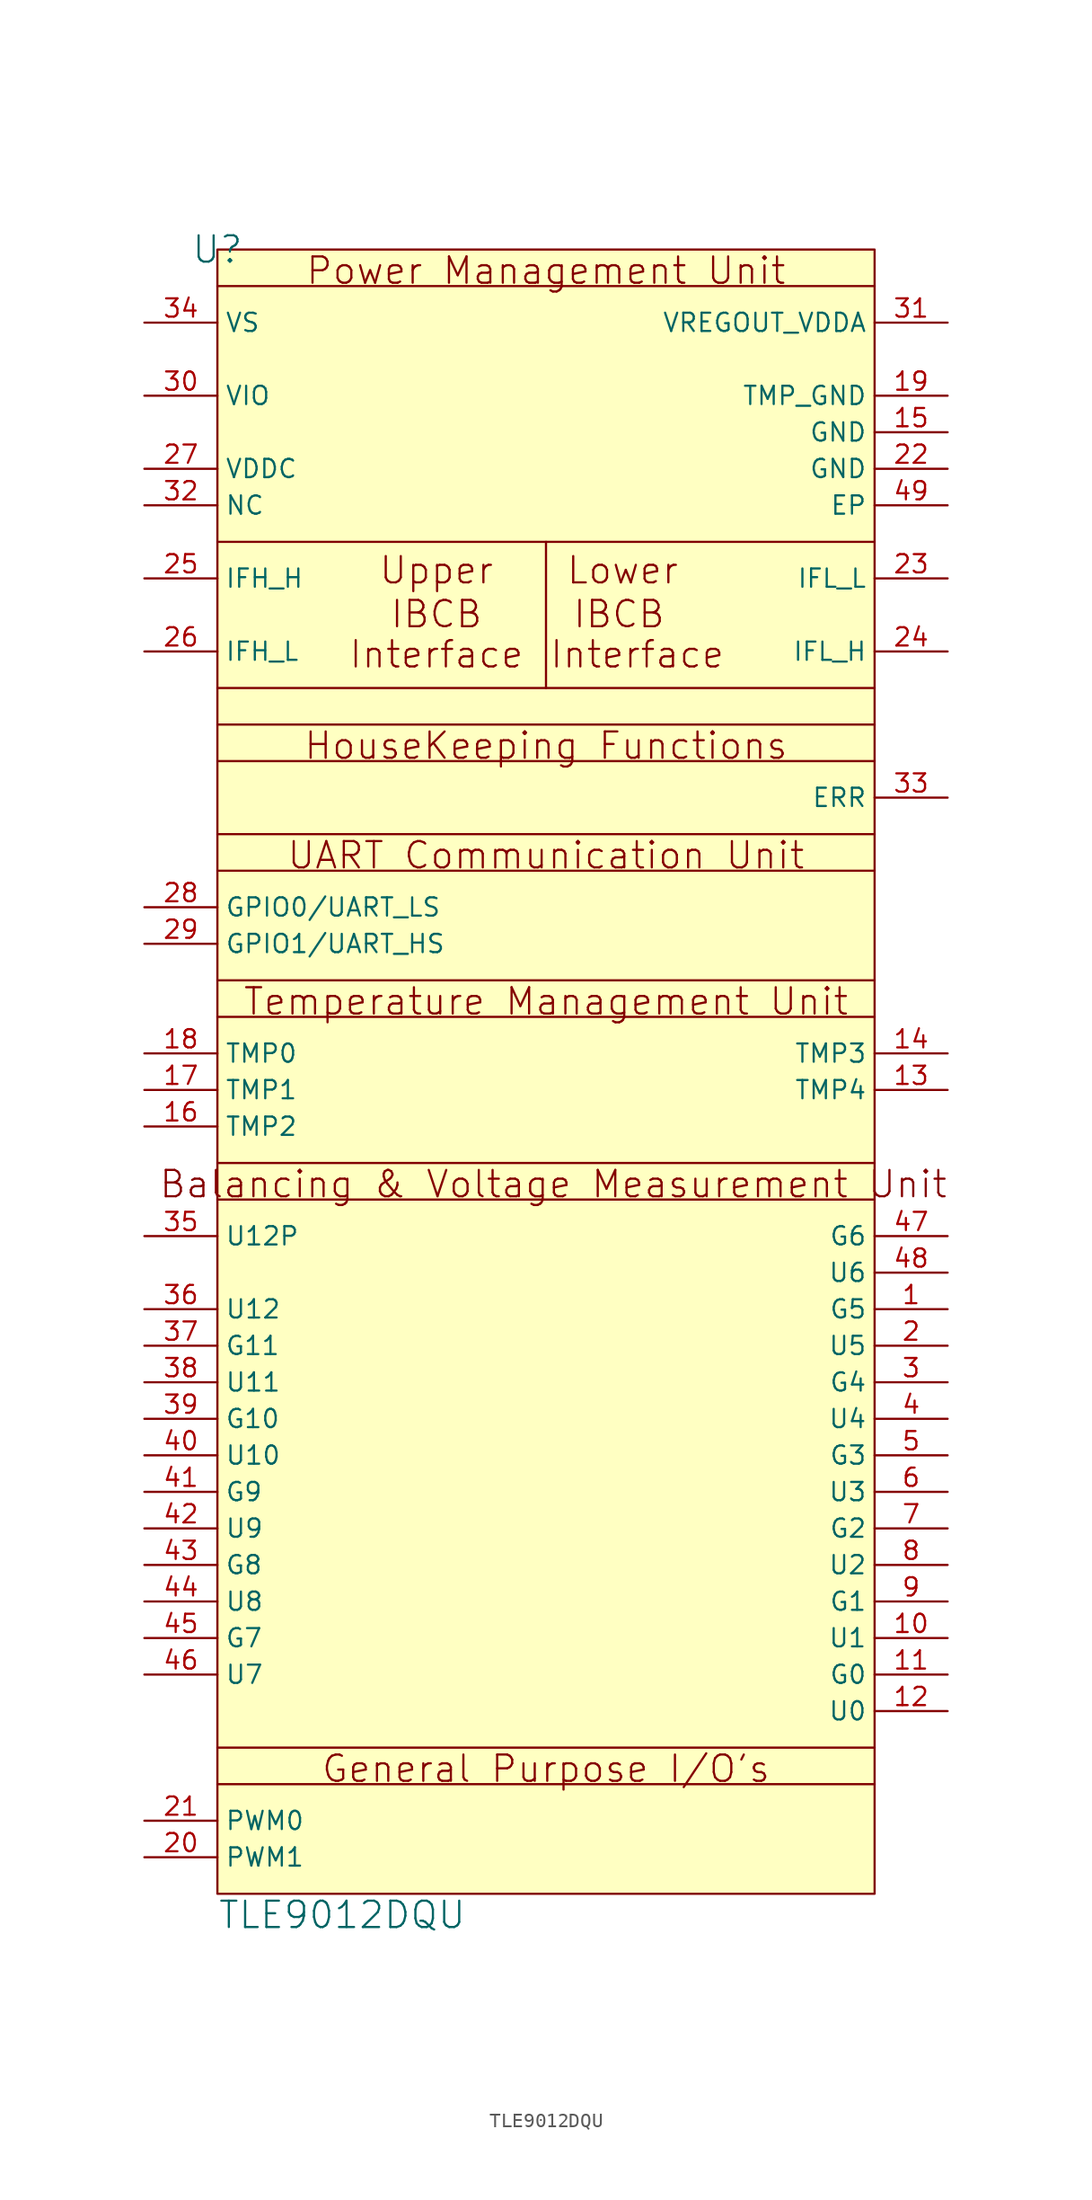
<source format=kicad_sym>
(kicad_symbol_lib
  (version 20241209)
  (generator "kicad_symbol_editor")
  (generator_version "9.0")
  (symbol "TLE9012DQU"
    (property "Reference" "U"
      (at 0 0 0)
      (effects (font (size 1.829 1.829))))
    (property "Value" "TLE9012DQU"
      (at 0 -116.84 0)
      (effects (font (size 1.829 1.829)) (justify left bottom)))
    (symbol "TLE9012DQU_1_0"
      (polyline (pts (xy 22.86 -20.32) (xy 22.86 -30.48)) (stroke (width 0) (type solid) (color 128 0 0 1)) (fill (type none)))
      (rectangle (start 45.72 0) (end 0 -114.3) (stroke (width 0) (type solid) (color 128 0 0 1)) (fill (type background)))
      (polyline (pts (xy 45.72 -2.54) (xy 0 -2.54)) (stroke (width 0) (type solid) (color 128 0 0 1)) (fill (type none)))
      (polyline (pts (xy 45.72 -20.32) (xy 0 -20.32)) (stroke (width 0) (type solid) (color 128 0 0 1)) (fill (type none)))
      (polyline (pts (xy 45.72 -30.48) (xy 0 -30.48)) (stroke (width 0) (type solid) (color 128 0 0 1)) (fill (type none)))
      (polyline (pts (xy 45.72 -33.02) (xy 0 -33.02)) (stroke (width 0) (type solid) (color 128 0 0 1)) (fill (type none)))
      (polyline (pts (xy 45.72 -35.56) (xy 0 -35.56)) (stroke (width 0) (type solid) (color 128 0 0 1)) (fill (type none)))
      (polyline (pts (xy 45.72 -40.64) (xy 0 -40.64)) (stroke (width 0) (type solid) (color 128 0 0 1)) (fill (type none)))
      (polyline (pts (xy 45.72 -43.18) (xy 0 -43.18)) (stroke (width 0) (type solid) (color 128 0 0 1)) (fill (type none)))
      (polyline (pts (xy 45.72 -50.8) (xy 0 -50.8)) (stroke (width 0) (type solid) (color 128 0 0 1)) (fill (type none)))
      (polyline (pts (xy 45.72 -53.34) (xy 0 -53.34)) (stroke (width 0) (type solid) (color 128 0 0 1)) (fill (type none)))
      (polyline (pts (xy 45.72 -63.5) (xy 0 -63.5)) (stroke (width 0) (type solid) (color 128 0 0 1)) (fill (type none)))
      (polyline (pts (xy 45.72 -66.04) (xy 0 -66.04)) (stroke (width 0) (type solid) (color 128 0 0 1)) (fill (type none)))
      (polyline (pts (xy 45.72 -104.14) (xy 0 -104.14)) (stroke (width 0) (type solid) (color 128 0 0 1)) (fill (type none)))
      (polyline (pts (xy 45.72 -106.68) (xy 0 -106.68)) (stroke (width 0) (type solid) (color 128 0 0 1)) (fill (type none)))
      (text "Upper" (at 15.24 -23.368 0) (effects (font (size 1.829 1.829)) (justify bottom)))
      (text "IBCB" (at 15.24 -26.416 0) (effects (font (size 1.829 1.829)) (justify bottom)))
      (text "Interface" (at 15.24 -29.21 0) (effects (font (size 1.829 1.829)) (justify bottom)))
      (text "Power Management Unit" (at 22.86 -2.54 0) (effects (font (size 1.829 1.829)) (justify bottom)))
      (text "HouseKeeping Functions" (at 22.86 -35.56 0) (effects (font (size 1.829 1.829)) (justify bottom)))
      (text "UART Communication Unit" (at 22.86 -43.18 0) (effects (font (size 1.829 1.829)) (justify bottom)))
      (text "Temperature Management Unit" (at 22.86 -53.34 0) (effects (font (size 1.829 1.829)) (justify bottom)))
      (text "General Purpose I/O's" (at 22.86 -106.68 0) (effects (font (size 1.829 1.829)) (justify bottom)))
      (text "Balancing & Voltage Measurement Unit" (at 23.368 -66.04 0) (effects (font (size 1.829 1.829)) (justify bottom)))
      (text "IBCB" (at 27.94 -26.416 0) (effects (font (size 1.829 1.829)) (justify bottom)))
      (text "Lower" (at 28.194 -23.368 0) (effects (font (size 1.829 1.829)) (justify bottom)))
      (text "Interface" (at 29.21 -29.21 0) (effects (font (size 1.829 1.829)) (justify bottom)))
      (pin power_in line (at -5.08 -5.08 0) (length 5.08) (name "VS" (effects (font (size 1.27 1.27)))) (number "34" (effects (font (size 1.27 1.27)))))
      (pin input line (at -5.08 -10.16 0) (length 5.08) (name "VIO" (effects (font (size 1.27 1.27)))) (number "30" (effects (font (size 1.27 1.27)))))
      (pin power_in line (at -5.08 -15.24 0) (length 5.08) (name "VDDC" (effects (font (size 1.27 1.27)))) (number "27" (effects (font (size 1.27 1.27)))))
      (pin passive line (at -5.08 -17.78 0) (length 5.08) (name "NC" (effects (font (size 1.27 1.27)))) (number "32" (effects (font (size 1.27 1.27)))))
      (pin bidirectional line (at -5.08 -22.86 0) (length 5.08) (name "IFH_H" (effects (font (size 1.27 1.27)))) (number "25" (effects (font (size 1.27 1.27)))))
      (pin bidirectional line (at -5.08 -27.94 0) (length 5.08) (name "IFH_L" (effects (font (size 1.27 1.27)))) (number "26" (effects (font (size 1.27 1.27)))))
      (pin bidirectional line (at -5.08 -45.72 0) (length 5.08) (name "GPIO0/UART_LS" (effects (font (size 1.27 1.27)))) (number "28" (effects (font (size 1.27 1.27)))))
      (pin bidirectional line (at -5.08 -48.26 0) (length 5.08) (name "GPIO1/UART_HS" (effects (font (size 1.27 1.27)))) (number "29" (effects (font (size 1.27 1.27)))))
      (pin bidirectional line (at -5.08 -55.88 0) (length 5.08) (name "TMP0" (effects (font (size 1.27 1.27)))) (number "18" (effects (font (size 1.27 1.27)))))
      (pin bidirectional line (at -5.08 -58.42 0) (length 5.08) (name "TMP1" (effects (font (size 1.27 1.27)))) (number "17" (effects (font (size 1.27 1.27)))))
      (pin bidirectional line (at -5.08 -60.96 0) (length 5.08) (name "TMP2" (effects (font (size 1.27 1.27)))) (number "16" (effects (font (size 1.27 1.27)))))
      (pin bidirectional line (at -5.08 -68.58 0) (length 5.08) (name "U12P" (effects (font (size 1.27 1.27)))) (number "35" (effects (font (size 1.27 1.27)))))
      (pin bidirectional line (at -5.08 -73.66 0) (length 5.08) (name "U12" (effects (font (size 1.27 1.27)))) (number "36" (effects (font (size 1.27 1.27)))))
      (pin bidirectional line (at -5.08 -76.2 0) (length 5.08) (name "G11" (effects (font (size 1.27 1.27)))) (number "37" (effects (font (size 1.27 1.27)))))
      (pin bidirectional line (at -5.08 -78.74 0) (length 5.08) (name "U11" (effects (font (size 1.27 1.27)))) (number "38" (effects (font (size 1.27 1.27)))))
      (pin bidirectional line (at -5.08 -81.28 0) (length 5.08) (name "G10" (effects (font (size 1.27 1.27)))) (number "39" (effects (font (size 1.27 1.27)))))
      (pin bidirectional line (at -5.08 -83.82 0) (length 5.08) (name "U10" (effects (font (size 1.27 1.27)))) (number "40" (effects (font (size 1.27 1.27)))))
      (pin bidirectional line (at -5.08 -86.36 0) (length 5.08) (name "G9" (effects (font (size 1.27 1.27)))) (number "41" (effects (font (size 1.27 1.27)))))
      (pin bidirectional line (at -5.08 -88.9 0) (length 5.08) (name "U9" (effects (font (size 1.27 1.27)))) (number "42" (effects (font (size 1.27 1.27)))))
      (pin bidirectional line (at -5.08 -91.44 0) (length 5.08) (name "G8" (effects (font (size 1.27 1.27)))) (number "43" (effects (font (size 1.27 1.27)))))
      (pin bidirectional line (at -5.08 -93.98 0) (length 5.08) (name "U8" (effects (font (size 1.27 1.27)))) (number "44" (effects (font (size 1.27 1.27)))))
      (pin bidirectional line (at -5.08 -96.52 0) (length 5.08) (name "G7" (effects (font (size 1.27 1.27)))) (number "45" (effects (font (size 1.27 1.27)))))
      (pin bidirectional line (at -5.08 -99.06 0) (length 5.08) (name "U7" (effects (font (size 1.27 1.27)))) (number "46" (effects (font (size 1.27 1.27)))))
      (pin bidirectional line (at -5.08 -109.22 0) (length 5.08) (name "PWM0" (effects (font (size 1.27 1.27)))) (number "21" (effects (font (size 1.27 1.27)))))
      (pin bidirectional line (at -5.08 -111.76 0) (length 5.08) (name "PWM1" (effects (font (size 1.27 1.27)))) (number "20" (effects (font (size 1.27 1.27)))))
      (pin output line (at 50.8 -5.08 180) (length 5.08) (name "VREGOUT_VDDA" (effects (font (size 1.27 1.27)))) (number "31" (effects (font (size 1.27 1.27)))))
      (pin power_in line (at 50.8 -10.16 180) (length 5.08) (name "TMP_GND" (effects (font (size 1.27 1.27)))) (number "19" (effects (font (size 1.27 1.27)))))
      (pin power_in line (at 50.8 -12.7 180) (length 5.08) (name "GND" (effects (font (size 1.27 1.27)))) (number "15" (effects (font (size 1.27 1.27)))))
      (pin power_in line (at 50.8 -15.24 180) (length 5.08) (name "GND" (effects (font (size 1.27 1.27)))) (number "22" (effects (font (size 1.27 1.27)))))
      (pin power_in line (at 50.8 -17.78 180) (length 5.08) (name "EP" (effects (font (size 1.27 1.27)))) (number "49" (effects (font (size 1.27 1.27)))))
      (pin bidirectional line (at 50.8 -22.86 180) (length 5.08) (name "IFL_L" (effects (font (size 1.27 1.27)))) (number "23" (effects (font (size 1.27 1.27)))))
      (pin bidirectional line (at 50.8 -27.94 180) (length 5.08) (name "IFL_H" (effects (font (size 1.27 1.27)))) (number "24" (effects (font (size 1.27 1.27)))))
      (pin output line (at 50.8 -38.1 180) (length 5.08) (name "ERR" (effects (font (size 1.27 1.27)))) (number "33" (effects (font (size 1.27 1.27)))))
      (pin bidirectional line (at 50.8 -55.88 180) (length 5.08) (name "TMP3" (effects (font (size 1.27 1.27)))) (number "14" (effects (font (size 1.27 1.27)))))
      (pin bidirectional line (at 50.8 -58.42 180) (length 5.08) (name "TMP4" (effects (font (size 1.27 1.27)))) (number "13" (effects (font (size 1.27 1.27)))))
      (pin bidirectional line (at 50.8 -68.58 180) (length 5.08) (name "G6" (effects (font (size 1.27 1.27)))) (number "47" (effects (font (size 1.27 1.27)))))
      (pin bidirectional line (at 50.8 -71.12 180) (length 5.08) (name "U6" (effects (font (size 1.27 1.27)))) (number "48" (effects (font (size 1.27 1.27)))))
      (pin bidirectional line (at 50.8 -73.66 180) (length 5.08) (name "G5" (effects (font (size 1.27 1.27)))) (number "1" (effects (font (size 1.27 1.27)))))
      (pin bidirectional line (at 50.8 -76.2 180) (length 5.08) (name "U5" (effects (font (size 1.27 1.27)))) (number "2" (effects (font (size 1.27 1.27)))))
      (pin bidirectional line (at 50.8 -78.74 180) (length 5.08) (name "G4" (effects (font (size 1.27 1.27)))) (number "3" (effects (font (size 1.27 1.27)))))
      (pin bidirectional line (at 50.8 -81.28 180) (length 5.08) (name "U4" (effects (font (size 1.27 1.27)))) (number "4" (effects (font (size 1.27 1.27)))))
      (pin bidirectional line (at 50.8 -83.82 180) (length 5.08) (name "G3" (effects (font (size 1.27 1.27)))) (number "5" (effects (font (size 1.27 1.27)))))
      (pin bidirectional line (at 50.8 -86.36 180) (length 5.08) (name "U3" (effects (font (size 1.27 1.27)))) (number "6" (effects (font (size 1.27 1.27)))))
      (pin bidirectional line (at 50.8 -88.9 180) (length 5.08) (name "G2" (effects (font (size 1.27 1.27)))) (number "7" (effects (font (size 1.27 1.27)))))
      (pin bidirectional line (at 50.8 -91.44 180) (length 5.08) (name "U2" (effects (font (size 1.27 1.27)))) (number "8" (effects (font (size 1.27 1.27)))))
      (pin bidirectional line (at 50.8 -93.98 180) (length 5.08) (name "G1" (effects (font (size 1.27 1.27)))) (number "9" (effects (font (size 1.27 1.27)))))
      (pin bidirectional line (at 50.8 -96.52 180) (length 5.08) (name "U1" (effects (font (size 1.27 1.27)))) (number "10" (effects (font (size 1.27 1.27)))))
      (pin bidirectional line (at 50.8 -99.06 180) (length 5.08) (name "G0" (effects (font (size 1.27 1.27)))) (number "11" (effects (font (size 1.27 1.27)))))
      (pin bidirectional line (at 50.8 -101.6 180) (length 5.08) (name "U0" (effects (font (size 1.27 1.27)))) (number "12" (effects (font (size 1.27 1.27))))))))
</source>
